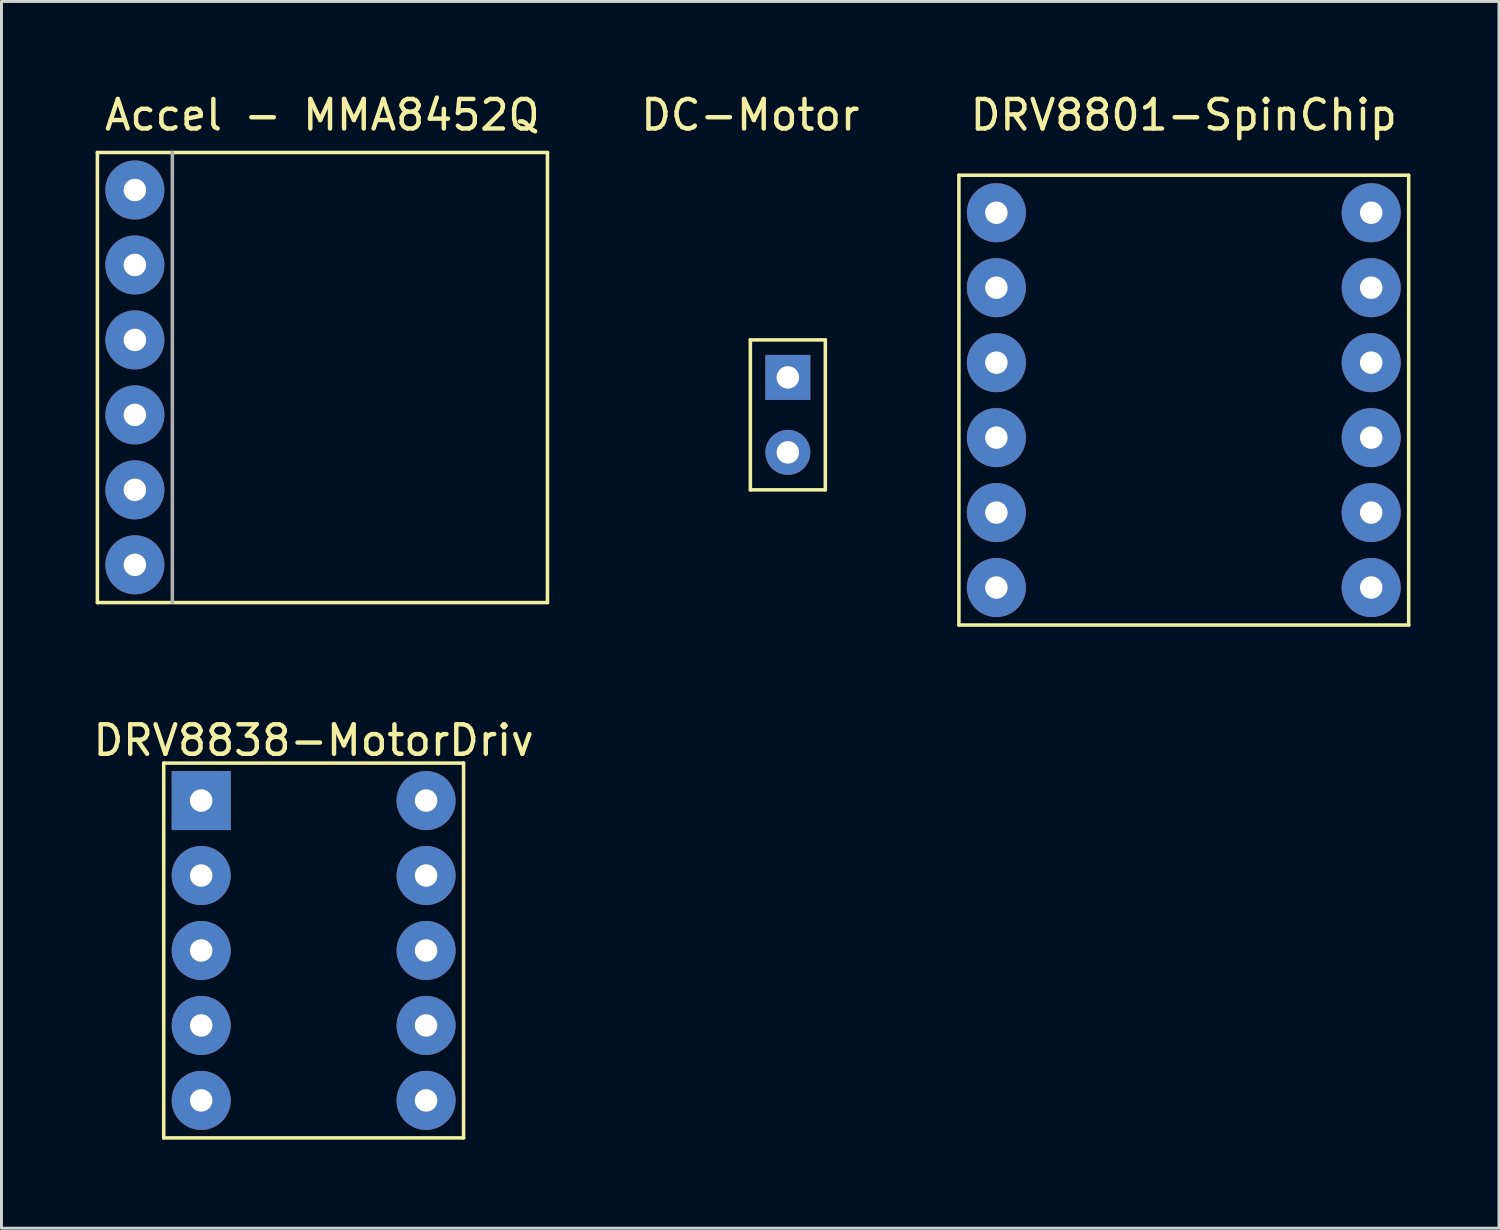
<source format=kicad_pcb>
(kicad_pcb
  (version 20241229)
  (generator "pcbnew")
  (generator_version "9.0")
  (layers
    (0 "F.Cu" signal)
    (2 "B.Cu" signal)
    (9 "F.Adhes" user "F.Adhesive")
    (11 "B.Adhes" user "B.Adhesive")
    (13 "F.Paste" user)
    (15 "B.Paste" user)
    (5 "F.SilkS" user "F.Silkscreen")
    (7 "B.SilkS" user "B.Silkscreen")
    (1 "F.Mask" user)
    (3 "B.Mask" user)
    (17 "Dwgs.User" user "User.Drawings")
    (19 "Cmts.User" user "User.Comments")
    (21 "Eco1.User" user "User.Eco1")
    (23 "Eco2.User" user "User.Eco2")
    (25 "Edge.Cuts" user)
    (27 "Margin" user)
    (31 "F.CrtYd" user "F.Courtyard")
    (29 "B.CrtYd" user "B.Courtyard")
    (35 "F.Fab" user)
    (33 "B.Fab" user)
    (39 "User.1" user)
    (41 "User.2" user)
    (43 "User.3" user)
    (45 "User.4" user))
  (footprint "DRV8801-SpinChip"
    (layer "F.Cu")
    (at 29.441 2.888)
    (property "Reference" "DRV8801-SpinChip" (at 7.62 -2.04 0) (layer "F.SilkS") (effects (font (size 1 1) (thickness 0.15))))
    (attr through_hole)
    (fp_line (start 0 0) (end 0 15.24) (stroke (width 0.12) (type solid)) (layer "F.SilkS"))
    (fp_line (start 0 0) (end 15.24 0) (stroke (width 0.12) (type solid)) (layer "F.SilkS"))
    (fp_line (start 0 15.24) (end 15.24 15.24) (stroke (width 0.12) (type solid)) (layer "F.SilkS"))
    (fp_line (start 15.24 0) (end 15.24 15.24) (stroke (width 0.12) (type solid)) (layer "F.SilkS"))
    (pad "1" thru_hole circle (at 1.27 1.27) (size 2 2) (drill 0.762) (layers "*.Cu" "*.Mask"))
    (pad "2" thru_hole circle (at 1.27 3.81) (size 2 2) (drill 0.762) (layers "*.Cu" "*.Mask"))
    (pad "3" thru_hole circle (at 1.27 6.35) (size 2 2) (drill 0.762) (layers "*.Cu" "*.Mask"))
    (pad "4" thru_hole circle (at 1.27 8.89) (size 2 2) (drill 0.762) (layers "*.Cu" "*.Mask"))
    (pad "5" thru_hole circle (at 1.27 11.43) (size 2 2) (drill 0.762) (layers "*.Cu" "*.Mask"))
    (pad "6" thru_hole circle (at 1.27 13.97) (size 2 2) (drill 0.762) (layers "*.Cu" "*.Mask"))
    (pad "7" thru_hole circle (at 13.97 13.97) (size 2 2) (drill 0.762) (layers "*.Cu" "*.Mask"))
    (pad "8" thru_hole circle (at 13.97 11.43) (size 2 2) (drill 0.762) (layers "*.Cu" "*.Mask"))
    (pad "9" thru_hole circle (at 13.97 8.89) (size 2 2) (drill 0.762) (layers "*.Cu" "*.Mask"))
    (pad "10" thru_hole circle (at 13.97 6.35) (size 2 2) (drill 0.762) (layers "*.Cu" "*.Mask"))
    (pad "11" thru_hole circle (at 13.97 3.81) (size 2 2) (drill 0.762) (layers "*.Cu" "*.Mask"))
    (pad "12" thru_hole circle (at 13.97 1.27) (size 2 2) (drill 0.762) (layers "*.Cu" "*.Mask")))
  (footprint "Accel - MMA8452Q"
    (layer "F.Cu")
    (at 0.25 2.118)
    (property "Reference" "Accel - MMA8452Q" (at 7.62 -1.27 0) (layer "F.SilkS") (effects (font (size 1 1) (thickness 0.15))))
    (attr through_hole)
    (fp_line (start 0 0) (end 0 15.25) (stroke (width 0.12) (type solid)) (layer "F.SilkS"))
    (fp_line (start 0 0) (end 15.25 0) (stroke (width 0.12) (type solid)) (layer "F.SilkS"))
    (fp_line (start 0 15.25) (end 15.25 15.25) (stroke (width 0.12) (type solid)) (layer "F.SilkS"))
    (fp_line (start 15.25 0) (end 15.25 15.25) (stroke (width 0.12) (type solid)) (layer "F.SilkS"))
    (fp_line (start 2.54 0) (end 2.54 15.24) (stroke (width 0.12) (type solid)) (layer "F.Fab"))
    (pad "1" thru_hole circle (at 1.27 1.27) (size 2 2) (drill 0.762) (layers "*.Cu" "*.Mask"))
    (pad "2" thru_hole circle (at 1.27 3.81) (size 2 2) (drill 0.762) (layers "*.Cu" "*.Mask"))
    (pad "3" thru_hole circle (at 1.27 6.35) (size 2 2) (drill 0.762) (layers "*.Cu" "*.Mask"))
    (pad "4" thru_hole circle (at 1.27 8.89) (size 2 2) (drill 0.762) (layers "*.Cu" "*.Mask"))
    (pad "5" thru_hole circle (at 1.27 11.43) (size 2 2) (drill 0.762) (layers "*.Cu" "*.Mask"))
    (pad "6" thru_hole circle (at 1.27 13.97) (size 2 2) (drill 0.762) (layers "*.Cu" "*.Mask")))
  (footprint "DRV8838-MotorDriv"
    (layer "F.Cu")
    (at 2.497 22.806)
    (property "Reference" "DRV8838-MotorDriv" (at 5.08 -0.77 0) (layer "F.SilkS") (effects (font (size 1 1) (thickness 0.15))))
    (attr through_hole)
    (fp_line (start 0 0) (end 0 12.7) (stroke (width 0.12) (type solid)) (layer "F.SilkS"))
    (fp_line (start 0 0) (end 10.16 0) (stroke (width 0.12) (type solid)) (layer "F.SilkS"))
    (fp_line (start 10.16 0) (end 10.16 12.7) (stroke (width 0.12) (type solid)) (layer "F.SilkS"))
    (fp_line (start 10.16 12.7) (end 0 12.7) (stroke (width 0.12) (type solid)) (layer "F.SilkS"))
    (pad "1" thru_hole rect (at 1.27 1.27) (size 2 2) (drill 0.762) (layers "*.Cu" "*.Mask"))
    (pad "2" thru_hole circle (at 1.27 3.81) (size 2 2) (drill 0.762) (layers "*.Cu" "*.Mask"))
    (pad "3" thru_hole circle (at 1.27 6.35) (size 2 2) (drill 0.762) (layers "*.Cu" "*.Mask"))
    (pad "4" thru_hole circle (at 1.27 8.89) (size 2 2) (drill 0.762) (layers "*.Cu" "*.Mask"))
    (pad "5" thru_hole circle (at 1.27 11.43) (size 2 2) (drill 0.762) (layers "*.Cu" "*.Mask"))
    (pad "6" thru_hole circle (at 8.89 11.43) (size 2 2) (drill 0.762) (layers "*.Cu" "*.Mask"))
    (pad "7" thru_hole circle (at 8.89 8.89) (size 2 2) (drill 0.762) (layers "*.Cu" "*.Mask"))
    (pad "8" thru_hole circle (at 8.89 6.35) (size 2 2) (drill 0.762) (layers "*.Cu" "*.Mask"))
    (pad "9" thru_hole circle (at 8.89 3.81) (size 2 2) (drill 0.762) (layers "*.Cu" "*.Mask"))
    (pad "10" thru_hole circle (at 8.89 1.27) (size 2 2) (drill 0.762) (layers "*.Cu" "*.Mask")))
  (footprint "DC-Motor"
    (layer "F.Cu")
    (at 22.375 8.468)
    (property "Reference" "DC-Motor" (at 0 -7.62 0) (layer "F.SilkS") (effects (font (size 1 1) (thickness 0.15))))
    (attr through_hole)
    (fp_line (start 0 0) (end 0 5.08) (stroke (width 0.12) (type solid)) (layer "F.SilkS"))
    (fp_line (start 0 5.08) (end 2.54 5.08) (stroke (width 0.12) (type solid)) (layer "F.SilkS"))
    (fp_line (start 2.54 0) (end 0 0) (stroke (width 0.12) (type solid)) (layer "F.SilkS"))
    (fp_line (start 2.54 5.08) (end 2.54 0) (stroke (width 0.12) (type solid)) (layer "F.SilkS"))
    (pad "1" thru_hole rect (at 1.27 1.27) (size 1.524 1.524) (drill 0.762) (layers "*.Cu" "*.Mask"))
    (pad "2" thru_hole circle (at 1.27 3.81) (size 1.524 1.524) (drill 0.762) (layers "*.Cu" "*.Mask")))
  (gr_rect
    (start -3 -3)
    (end 47.741 38.566)
    (stroke (width 0.1) (type default))
    (fill no)
    (layer "Edge.Cuts")))
</source>
